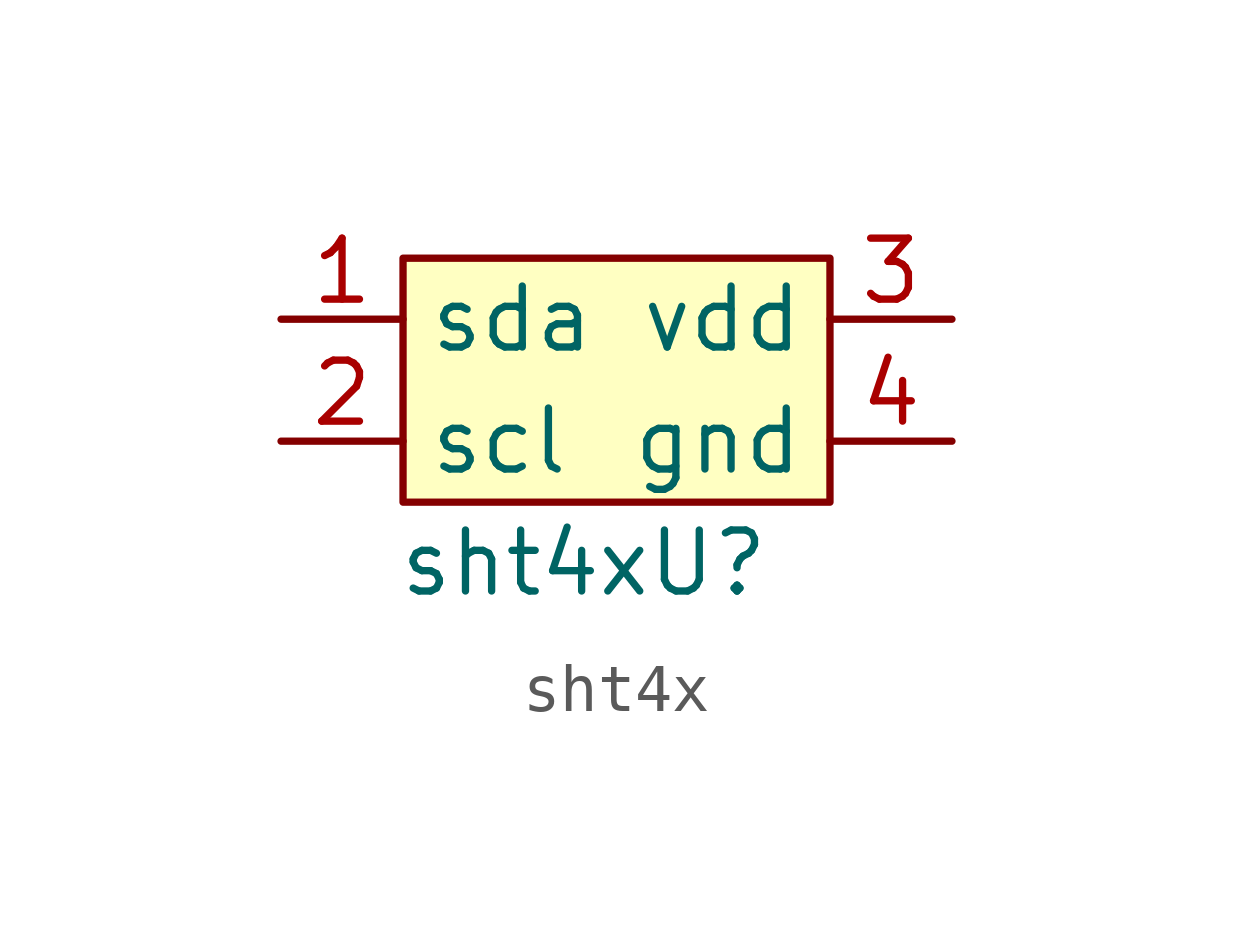
<source format=kicad_sym>
(kicad_symbol_lib
  (version 20220914)
  (generator kicad_symbol_editor)
  (symbol "sht4x"
    (property "Reference" "U"
      (at 2.54 -3.81 0)
      (effects (font (size 1.27 1.27))))
    (property "Value" "sht4x"
      (at -1.27 -3.81 0)
      (effects (font (size 1.27 1.27))))
    (symbol "sht4x_0_1"
      (rectangle (start 5.08 -2.54) (end -3.81 2.54) (stroke (width 0) (type default)) (fill (type background))))
    (symbol "sht4x_1_1"
      (pin bidirectional line (at -6.35 1.27 0) (length 2.54) (name "sda" (effects (font (size 1.27 1.27)))) (number "1" (effects (font (size 1.27 1.27)))))
      (pin bidirectional line (at -6.35 -1.27 0) (length 2.54) (name "scl" (effects (font (size 1.27 1.27)))) (number "2" (effects (font (size 1.27 1.27)))))
      (pin power_in line (at 7.62 1.27 180) (length 2.54) (name "vdd" (effects (font (size 1.27 1.27)))) (number "3" (effects (font (size 1.27 1.27)))))
      (pin power_in line (at 7.62 -1.27 180) (length 2.54) (name "gnd" (effects (font (size 1.27 1.27)))) (number "4" (effects (font (size 1.27 1.27))))))))
</source>
